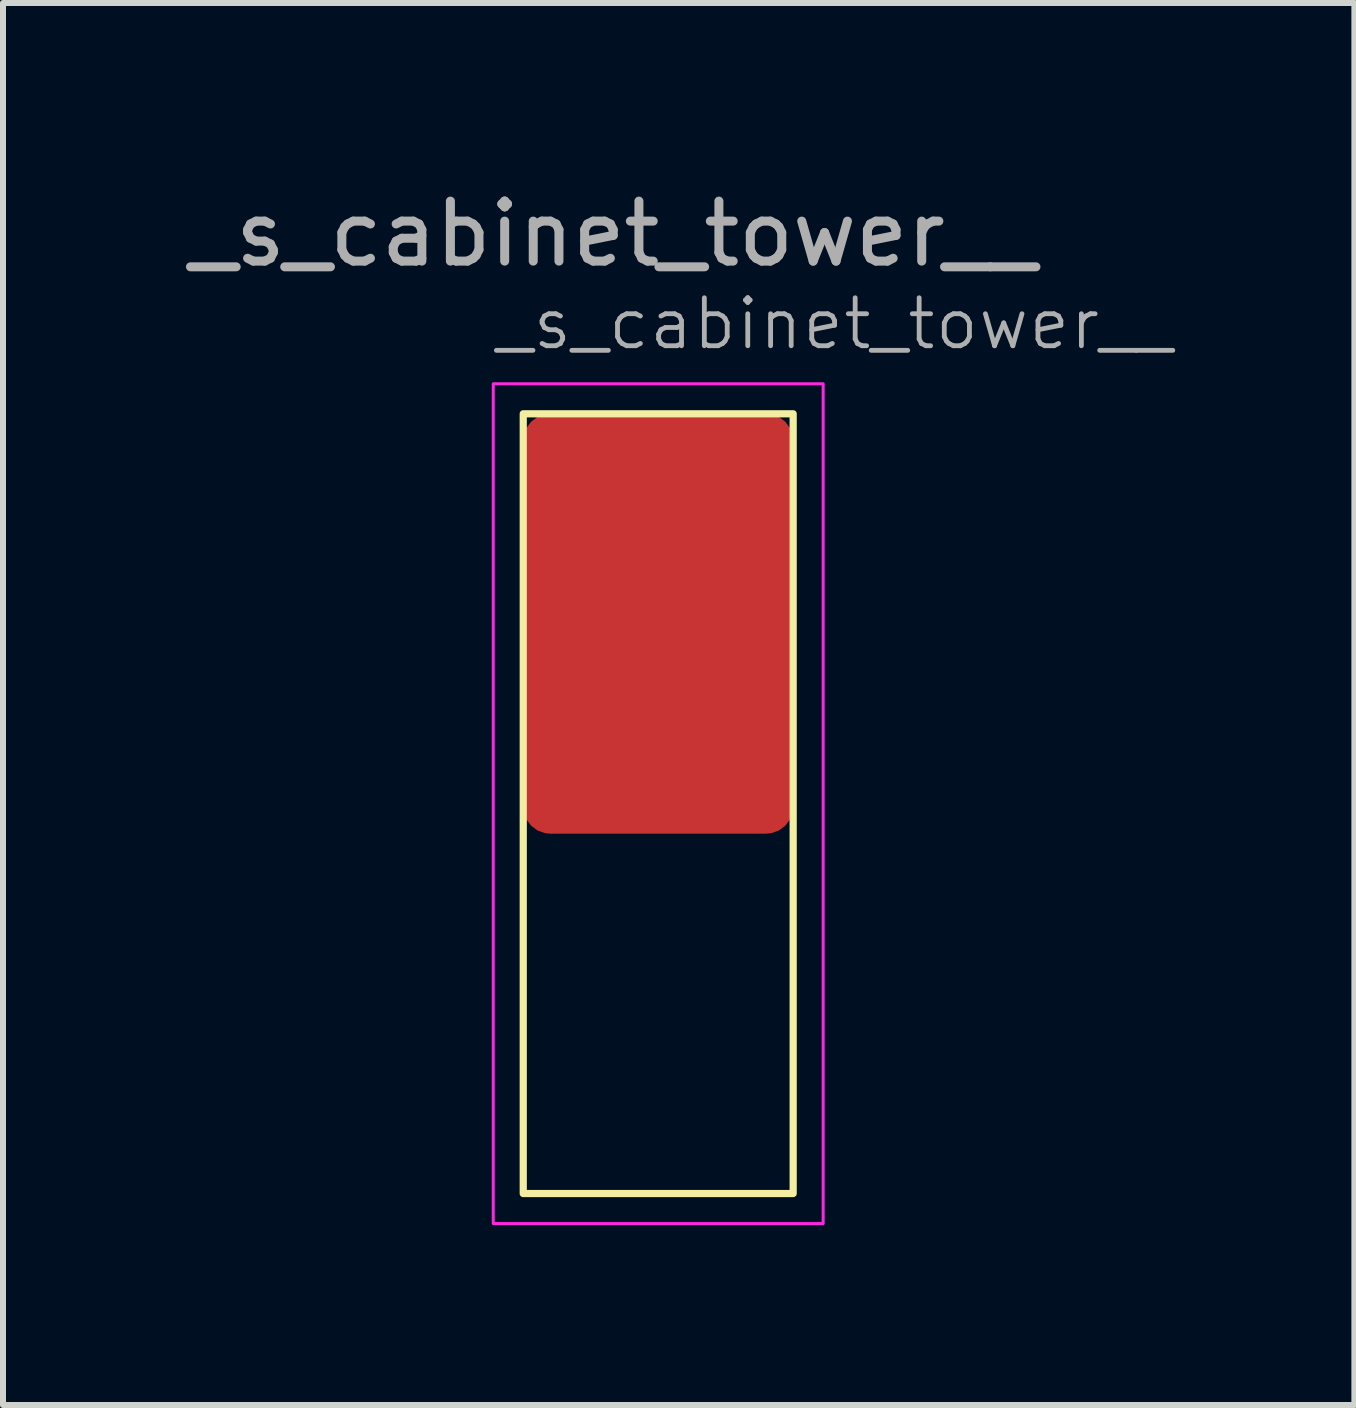
<source format=kicad_pcb>
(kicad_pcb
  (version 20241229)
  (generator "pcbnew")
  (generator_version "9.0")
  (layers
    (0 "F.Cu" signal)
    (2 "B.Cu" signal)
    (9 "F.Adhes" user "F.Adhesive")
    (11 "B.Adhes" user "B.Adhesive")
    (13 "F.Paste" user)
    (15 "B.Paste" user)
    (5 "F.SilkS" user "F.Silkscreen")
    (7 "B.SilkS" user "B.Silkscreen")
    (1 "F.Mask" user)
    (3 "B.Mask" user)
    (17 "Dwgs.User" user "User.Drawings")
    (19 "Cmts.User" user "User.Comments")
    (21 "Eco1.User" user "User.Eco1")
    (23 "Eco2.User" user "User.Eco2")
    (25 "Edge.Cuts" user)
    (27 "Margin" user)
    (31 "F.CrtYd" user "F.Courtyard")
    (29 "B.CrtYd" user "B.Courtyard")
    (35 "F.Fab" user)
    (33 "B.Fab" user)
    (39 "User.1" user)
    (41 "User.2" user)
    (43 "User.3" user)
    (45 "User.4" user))
  (footprint "_s_cabinet_tower__"
    (layer "F.Cu")
    (at 5.673 3.848)
    (property "Reference" "_s_cabinet_tower__" (at -0.5 -1.5 0) (unlocked yes) (layer "F.Fab") (effects (font (size 0.8 0.8) (thickness 0.08)) (justify left)))
    (attr smd)
    (fp_rect (start 0 0) (end 4.5 13) (stroke (width 0.12) (type solid)) (fill no) (layer "F.SilkS"))
    (fp_rect (start -0.5 -0.5) (end 5 13.5) (stroke (width 0.05) (type solid)) (fill no) (layer "F.CrtYd"))
    (fp_text user "${REFERENCE}" (at 1.5 -3 0) (unlocked yes) (layer "F.Fab") (effects (font (size 1 1) (thickness 0.15))))
    (pad "1" smd roundrect (at 2.25 3.5) (size 4.5 7) (layers "F.Cu" "F.Mask" "F.Paste") (roundrect_rratio 0.1)))
  (gr_rect
    (start -3 -3)
    (end 19.529 20.373)
    (stroke (width 0.1) (type default))
    (fill no)
    (layer "Edge.Cuts")))
</source>
